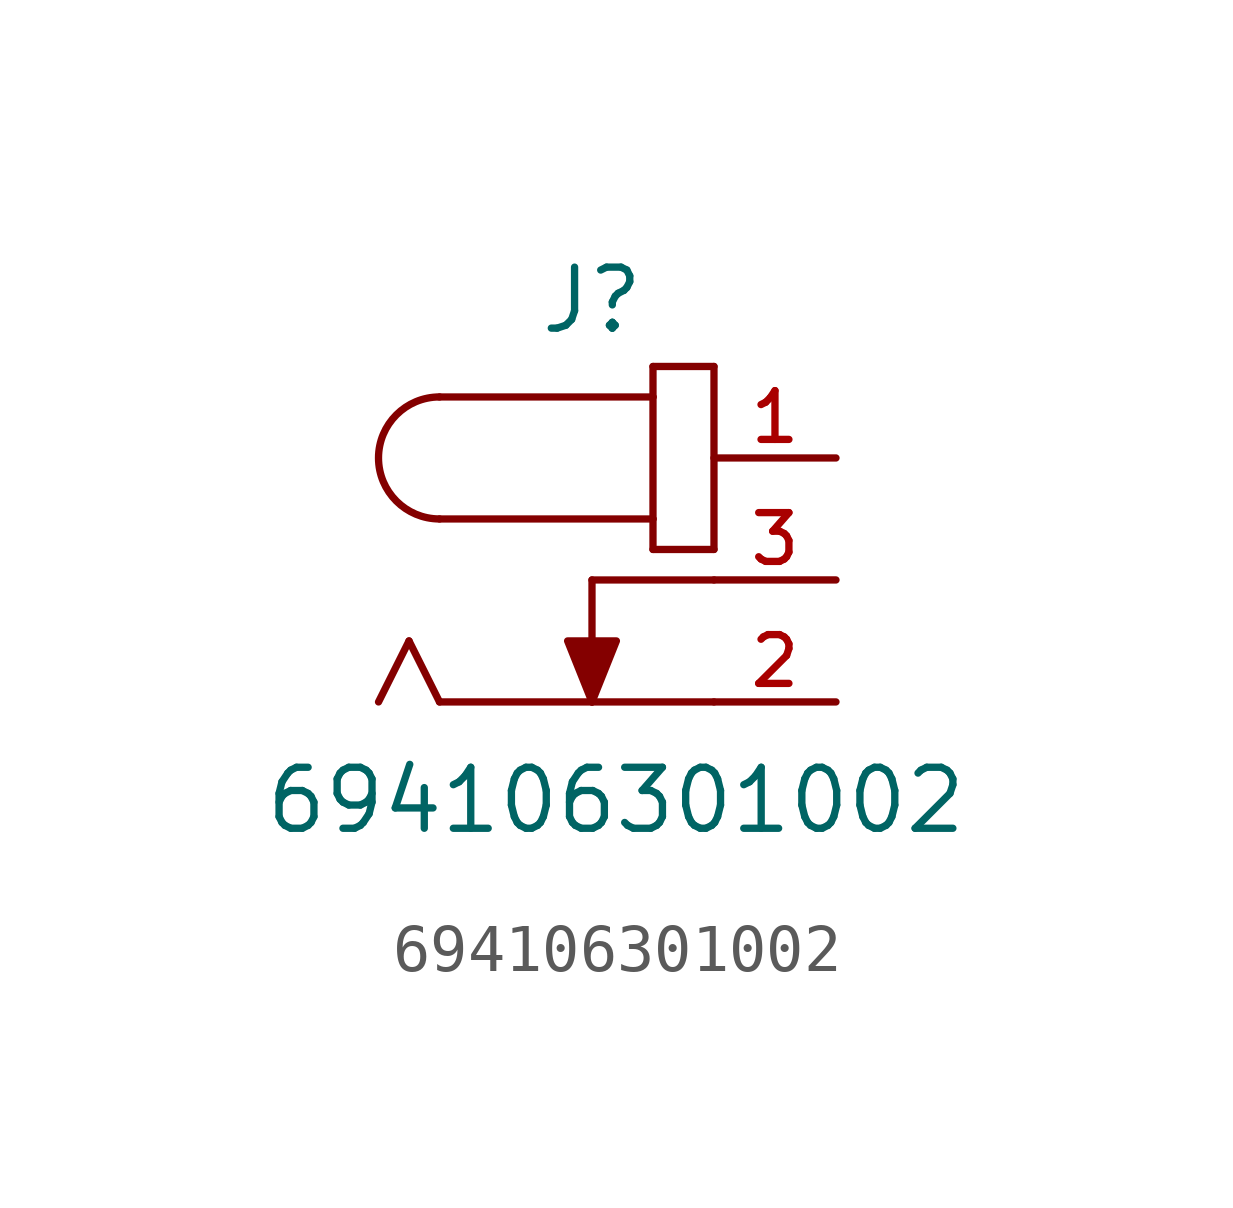
<source format=kicad_sym>
(kicad_symbol_lib
  (version 20231120)
  (generator "kicad_symbol_editor")
  (generator_version "8.0")
  (symbol "694106301002"
    (pin_names
      (offset 1.016))
    (property "Reference" "J"
      (at 0 2.54 0)
      (effects (font (size 1.27 1.27)) (justify bottom)))
    (property "Value" "694106301002"
      (at -6.858 -7.874 0)
      (effects (font (size 1.27 1.27)) (justify left bottom)))
    (symbol "694106301002_0_0"
      (arc (start -3.175 1.27) (mid -4.4394 0) (end -3.175 -1.27) (stroke (width 0.1524) (type default)) (fill (type none)))
      (polyline (pts (xy -3.81 -3.81) (xy -4.445 -5.08)) (stroke (width 0.152) (type default)) (fill (type none)))
      (polyline (pts (xy -3.175 -5.08) (xy -3.81 -3.81)) (stroke (width 0.152) (type default)) (fill (type none)))
      (polyline (pts (xy -3.175 1.27) (xy 1.27 1.27)) (stroke (width 0.152) (type default)) (fill (type none)))
      (polyline (pts (xy 0 -5.08) (xy -3.175 -5.08)) (stroke (width 0.152) (type default)) (fill (type none)))
      (polyline (pts (xy 0 -2.54) (xy 0 -5.08)) (stroke (width 0.152) (type default)) (fill (type none)))
      (polyline (pts (xy 0 -2.54) (xy 2.54 -2.54)) (stroke (width 0.152) (type default)) (fill (type none)))
      (polyline (pts (xy 1.27 -1.905) (xy 2.54 -1.905)) (stroke (width 0.152) (type default)) (fill (type none)))
      (polyline (pts (xy 1.27 -1.27) (xy -3.175 -1.27)) (stroke (width 0.152) (type default)) (fill (type none)))
      (polyline (pts (xy 1.27 -1.27) (xy 1.27 -1.905)) (stroke (width 0.152) (type default)) (fill (type none)))
      (polyline (pts (xy 1.27 1.27) (xy 1.27 -1.27)) (stroke (width 0.152) (type default)) (fill (type none)))
      (polyline (pts (xy 1.27 1.905) (xy 1.27 1.27)) (stroke (width 0.152) (type default)) (fill (type none)))
      (polyline (pts (xy 2.54 -5.08) (xy 0 -5.08)) (stroke (width 0.152) (type default)) (fill (type none)))
      (polyline (pts (xy 2.54 -1.905) (xy 2.54 1.905)) (stroke (width 0.152) (type default)) (fill (type none)))
      (polyline (pts (xy 2.54 1.905) (xy 1.27 1.905)) (stroke (width 0.152) (type default)) (fill (type none)))
      (polyline (pts (xy 0 -5.08) (xy -0.508 -3.81) (xy 0.508 -3.81) (xy 0 -5.08)) (stroke (width 0.152) (type default)) (fill (type outline)))
      (pin passive line (at 5.08 0 180) (length 2.54) (name "~" (effects (font (size 1.016 1.016)))) (number "1" (effects (font (size 1.016 1.016)))))
      (pin passive line (at 5.08 -5.08 180) (length 2.54) (name "~" (effects (font (size 1.016 1.016)))) (number "2" (effects (font (size 1.016 1.016)))))
      (pin passive line (at 5.08 -2.54 180) (length 2.54) (name "~" (effects (font (size 1.016 1.016)))) (number "3" (effects (font (size 1.016 1.016))))))))
</source>
